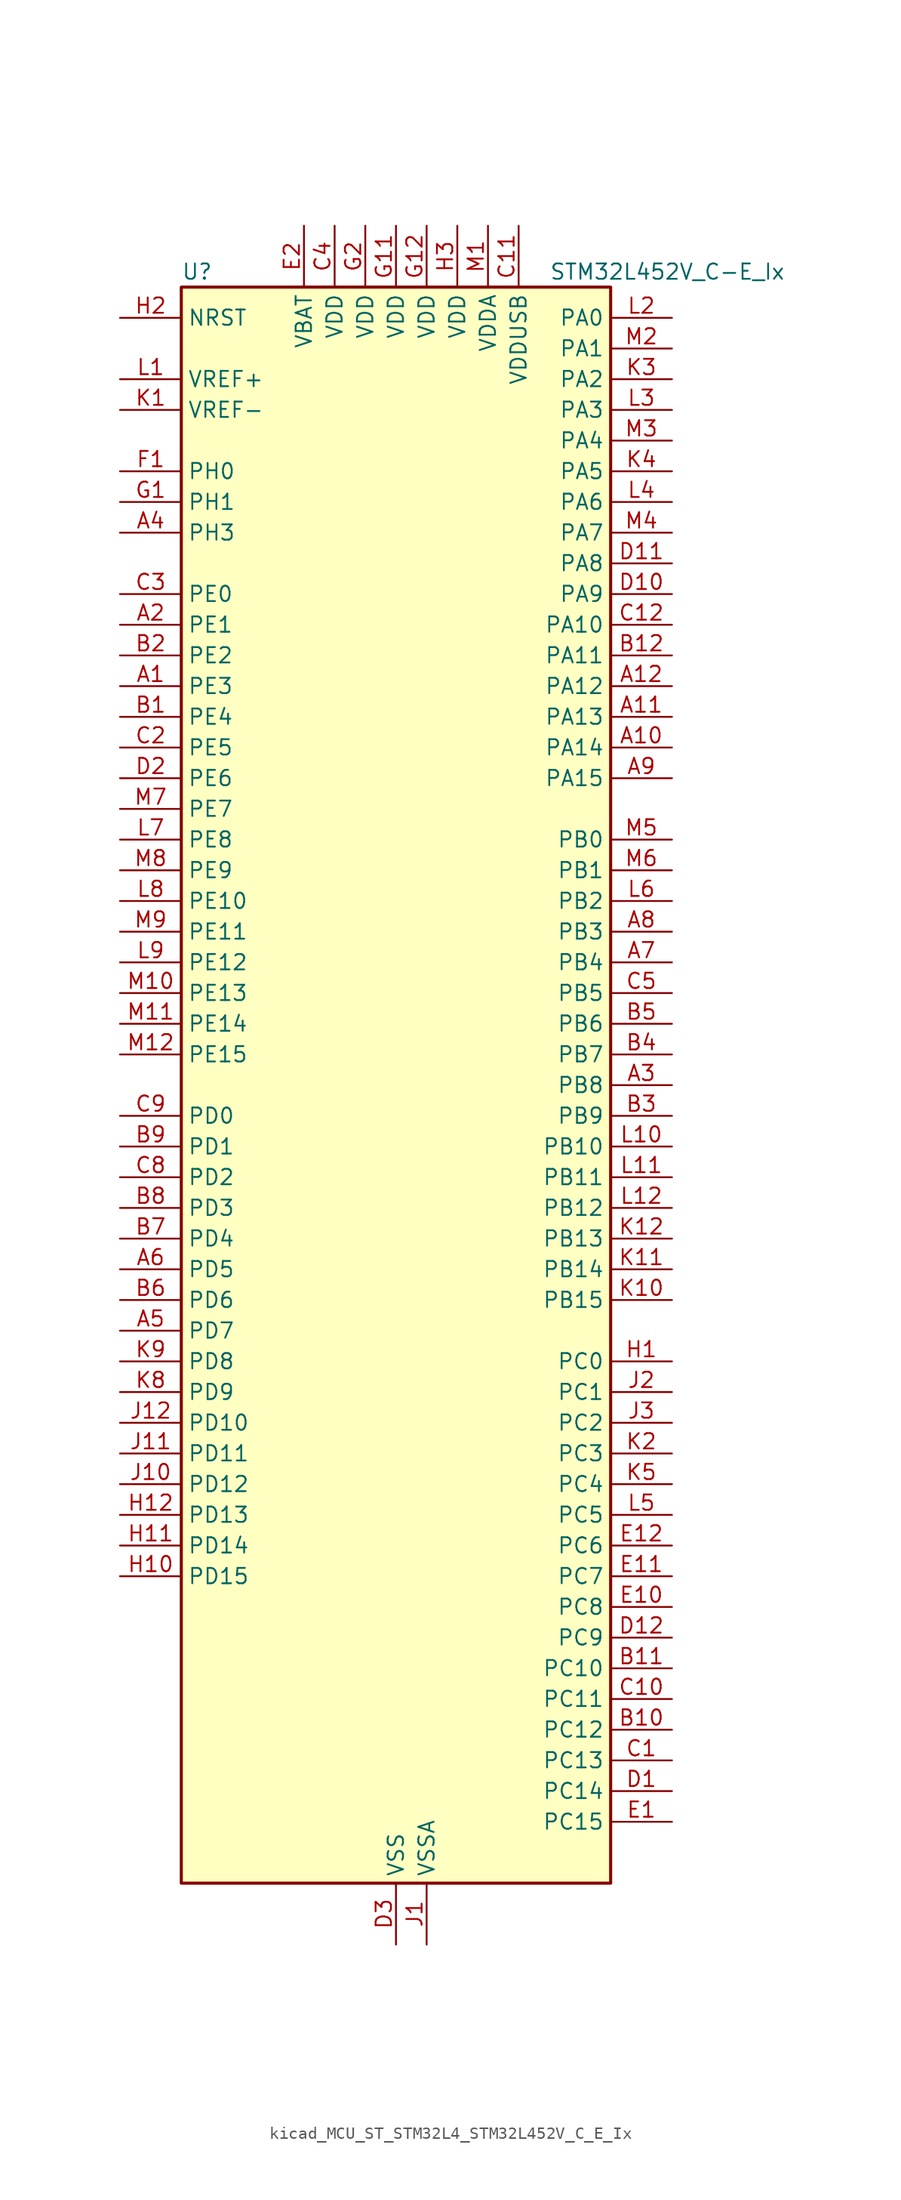
<source format=kicad_sym>
(kicad_symbol_lib
  (version 20220914)
  (generator kicad_symbol_editor)
  (symbol "kicad_MCU_ST_STM32L4_STM32L452V_C_E_Ix"
    (property "Reference" "U"
      (at -17.78 67.31 0)
      (effects (font (size 1.27 1.27)) (justify left)))
    (property "Value" "STM32L452V_C-E_Ix"
      (at 12.7 67.31 0)
      (effects (font (size 1.27 1.27)) (justify left)))
    (property "ki_locked" ""
      (at 0 0 0)
      (effects (font (size 1.27 1.27))))
    (symbol "kicad_MCU_ST_STM32L4_STM32L452V_C_E_Ix_0_1"
      (rectangle (start -17.78 -66.04) (end 17.78 66.04) (stroke (width 0.254) (type default)) (fill (type background))))
    (symbol "kicad_MCU_ST_STM32L4_STM32L452V_C_E_Ix_1_1"
      (pin bidirectional line (at -22.86 33.02 0) (length 5.08) (name "PE3" (effects (font (size 1.27 1.27)))) (number "A1" (effects (font (size 1.27 1.27)))) (alternate "SAI1_SD_B" bidirectional line) (alternate "SYS_TRACED0" bidirectional line) (alternate "TIM3_CH1" bidirectional line) (alternate "TSC_G7_IO2" bidirectional line))
      (pin bidirectional line (at 22.86 27.94 180) (length 5.08) (name "PA14" (effects (font (size 1.27 1.27)))) (number "A10" (effects (font (size 1.27 1.27)))) (alternate "I2C1_SMBA" bidirectional line) (alternate "I2C4_SMBA" bidirectional line) (alternate "LPTIM1_OUT" bidirectional line) (alternate "SAI1_FS_B" bidirectional line) (alternate "SYS_JTCK-SWCLK" bidirectional line))
      (pin bidirectional line (at 22.86 30.48 180) (length 5.08) (name "PA13" (effects (font (size 1.27 1.27)))) (number "A11" (effects (font (size 1.27 1.27)))) (alternate "IR_OUT" bidirectional line) (alternate "SAI1_SD_B" bidirectional line) (alternate "SYS_JTMS-SWDIO" bidirectional line) (alternate "USB_NOE" bidirectional line))
      (pin bidirectional line (at 22.86 33.02 180) (length 5.08) (name "PA12" (effects (font (size 1.27 1.27)))) (number "A12" (effects (font (size 1.27 1.27)))) (alternate "CAN1_TX" bidirectional line) (alternate "SPI1_MOSI" bidirectional line) (alternate "TIM1_ETR" bidirectional line) (alternate "USART1_DE" bidirectional line) (alternate "USART1_RTS" bidirectional line) (alternate "USB_DP" bidirectional line))
      (pin bidirectional line (at -22.86 38.1 0) (length 5.08) (name "PE1" (effects (font (size 1.27 1.27)))) (number "A2" (effects (font (size 1.27 1.27)))))
      (pin bidirectional line (at 22.86 0 180) (length 5.08) (name "PB8" (effects (font (size 1.27 1.27)))) (number "A3" (effects (font (size 1.27 1.27)))) (alternate "CAN1_RX" bidirectional line) (alternate "I2C1_SCL" bidirectional line) (alternate "SAI1_MCLK_A" bidirectional line) (alternate "SDMMC1_D4" bidirectional line) (alternate "TIM16_CH1" bidirectional line))
      (pin bidirectional line (at -22.86 45.72 0) (length 5.08) (name "PH3" (effects (font (size 1.27 1.27)))) (number "A4" (effects (font (size 1.27 1.27)))))
      (pin bidirectional line (at -22.86 -20.32 0) (length 5.08) (name "PD7" (effects (font (size 1.27 1.27)))) (number "A5" (effects (font (size 1.27 1.27)))) (alternate "DFSDM1_CKIN1" bidirectional line) (alternate "QUADSPI_BK2_IO3" bidirectional line) (alternate "USART2_CK" bidirectional line))
      (pin bidirectional line (at -22.86 -15.24 0) (length 5.08) (name "PD5" (effects (font (size 1.27 1.27)))) (number "A6" (effects (font (size 1.27 1.27)))) (alternate "QUADSPI_BK2_IO1" bidirectional line) (alternate "USART2_TX" bidirectional line))
      (pin bidirectional line (at 22.86 10.16 180) (length 5.08) (name "PB4" (effects (font (size 1.27 1.27)))) (number "A7" (effects (font (size 1.27 1.27)))) (alternate "COMP2_INP" bidirectional line) (alternate "I2C3_SDA" bidirectional line) (alternate "SAI1_MCLK_B" bidirectional line) (alternate "SPI1_MISO" bidirectional line) (alternate "SPI3_MISO" bidirectional line) (alternate "SYS_JTRST" bidirectional line) (alternate "TIM3_CH1" bidirectional line) (alternate "TSC_G2_IO1" bidirectional line) (alternate "USART1_CTS" bidirectional line))
      (pin bidirectional line (at 22.86 12.7 180) (length 5.08) (name "PB3" (effects (font (size 1.27 1.27)))) (number "A8" (effects (font (size 1.27 1.27)))) (alternate "COMP2_INM" bidirectional line) (alternate "SAI1_SCK_B" bidirectional line) (alternate "SPI1_SCK" bidirectional line) (alternate "SPI3_SCK" bidirectional line) (alternate "SYS_JTDO-SWO" bidirectional line) (alternate "TIM2_CH2" bidirectional line) (alternate "USART1_DE" bidirectional line) (alternate "USART1_RTS" bidirectional line))
      (pin bidirectional line (at 22.86 25.4 180) (length 5.08) (name "PA15" (effects (font (size 1.27 1.27)))) (number "A9" (effects (font (size 1.27 1.27)))) (alternate "ADC1_EXTI15" bidirectional line) (alternate "SPI1_NSS" bidirectional line) (alternate "SPI3_NSS" bidirectional line) (alternate "SYS_JTDI" bidirectional line) (alternate "TIM2_CH1" bidirectional line) (alternate "TIM2_ETR" bidirectional line) (alternate "TSC_G3_IO1" bidirectional line) (alternate "UART4_DE" bidirectional line) (alternate "UART4_RTS" bidirectional line) (alternate "USART2_RX" bidirectional line) (alternate "USART3_DE" bidirectional line) (alternate "USART3_RTS" bidirectional line))
      (pin bidirectional line (at -22.86 30.48 0) (length 5.08) (name "PE4" (effects (font (size 1.27 1.27)))) (number "B1" (effects (font (size 1.27 1.27)))) (alternate "DFSDM1_DATIN3" bidirectional line) (alternate "SAI1_FS_A" bidirectional line) (alternate "SYS_TRACED1" bidirectional line) (alternate "TIM3_CH2" bidirectional line) (alternate "TSC_G7_IO3" bidirectional line))
      (pin bidirectional line (at 22.86 -53.34 180) (length 5.08) (name "PC12" (effects (font (size 1.27 1.27)))) (number "B10" (effects (font (size 1.27 1.27)))) (alternate "SDMMC1_CK" bidirectional line) (alternate "SPI3_MOSI" bidirectional line) (alternate "SYS_TRACED3" bidirectional line) (alternate "TSC_G3_IO4" bidirectional line) (alternate "USART3_CK" bidirectional line))
      (pin bidirectional line (at 22.86 -48.26 180) (length 5.08) (name "PC10" (effects (font (size 1.27 1.27)))) (number "B11" (effects (font (size 1.27 1.27)))) (alternate "SDMMC1_D2" bidirectional line) (alternate "SPI3_SCK" bidirectional line) (alternate "SYS_TRACED1" bidirectional line) (alternate "TSC_G3_IO2" bidirectional line) (alternate "UART4_TX" bidirectional line) (alternate "USART3_TX" bidirectional line))
      (pin bidirectional line (at 22.86 35.56 180) (length 5.08) (name "PA11" (effects (font (size 1.27 1.27)))) (number "B12" (effects (font (size 1.27 1.27)))) (alternate "ADC1_EXTI11" bidirectional line) (alternate "CAN1_RX" bidirectional line) (alternate "COMP1_OUT" bidirectional line) (alternate "SPI1_MISO" bidirectional line) (alternate "TIM1_BKIN2" bidirectional line) (alternate "TIM1_BKIN2_COMP1" bidirectional line) (alternate "TIM1_CH4" bidirectional line) (alternate "USART1_CTS" bidirectional line) (alternate "USB_DM" bidirectional line))
      (pin bidirectional line (at -22.86 35.56 0) (length 5.08) (name "PE2" (effects (font (size 1.27 1.27)))) (number "B2" (effects (font (size 1.27 1.27)))) (alternate "SAI1_MCLK_A" bidirectional line) (alternate "SYS_TRACECLK" bidirectional line) (alternate "TIM3_ETR" bidirectional line) (alternate "TSC_G7_IO1" bidirectional line))
      (pin bidirectional line (at 22.86 -2.54 180) (length 5.08) (name "PB9" (effects (font (size 1.27 1.27)))) (number "B3" (effects (font (size 1.27 1.27)))) (alternate "CAN1_TX" bidirectional line) (alternate "DAC1_EXTI9" bidirectional line) (alternate "I2C1_SDA" bidirectional line) (alternate "IR_OUT" bidirectional line) (alternate "SAI1_FS_A" bidirectional line) (alternate "SDMMC1_D5" bidirectional line) (alternate "SPI2_NSS" bidirectional line))
      (pin bidirectional line (at 22.86 2.54 180) (length 5.08) (name "PB7" (effects (font (size 1.27 1.27)))) (number "B4" (effects (font (size 1.27 1.27)))) (alternate "COMP2_INM" bidirectional line) (alternate "I2C1_SDA" bidirectional line) (alternate "I2C4_SDA" bidirectional line) (alternate "LPTIM1_IN2" bidirectional line) (alternate "SYS_PVD_IN" bidirectional line) (alternate "TSC_G2_IO4" bidirectional line) (alternate "UART4_CTS" bidirectional line) (alternate "USART1_RX" bidirectional line))
      (pin bidirectional line (at 22.86 5.08 180) (length 5.08) (name "PB6" (effects (font (size 1.27 1.27)))) (number "B5" (effects (font (size 1.27 1.27)))) (alternate "CAN1_TX" bidirectional line) (alternate "COMP2_INP" bidirectional line) (alternate "I2C1_SCL" bidirectional line) (alternate "I2C4_SCL" bidirectional line) (alternate "LPTIM1_ETR" bidirectional line) (alternate "SAI1_FS_B" bidirectional line) (alternate "TIM16_CH1N" bidirectional line) (alternate "TSC_G2_IO3" bidirectional line) (alternate "USART1_TX" bidirectional line))
      (pin bidirectional line (at -22.86 -17.78 0) (length 5.08) (name "PD6" (effects (font (size 1.27 1.27)))) (number "B6" (effects (font (size 1.27 1.27)))) (alternate "DFSDM1_DATIN1" bidirectional line) (alternate "QUADSPI_BK2_IO2" bidirectional line) (alternate "SAI1_SD_A" bidirectional line) (alternate "USART2_RX" bidirectional line))
      (pin bidirectional line (at -22.86 -12.7 0) (length 5.08) (name "PD4" (effects (font (size 1.27 1.27)))) (number "B7" (effects (font (size 1.27 1.27)))) (alternate "DFSDM1_CKIN0" bidirectional line) (alternate "QUADSPI_BK2_IO0" bidirectional line) (alternate "SPI2_MOSI" bidirectional line) (alternate "USART2_DE" bidirectional line) (alternate "USART2_RTS" bidirectional line))
      (pin bidirectional line (at -22.86 -10.16 0) (length 5.08) (name "PD3" (effects (font (size 1.27 1.27)))) (number "B8" (effects (font (size 1.27 1.27)))) (alternate "DFSDM1_DATIN0" bidirectional line) (alternate "QUADSPI_BK2_NCS" bidirectional line) (alternate "SPI2_MISO" bidirectional line) (alternate "USART2_CTS" bidirectional line))
      (pin bidirectional line (at -22.86 -5.08 0) (length 5.08) (name "PD1" (effects (font (size 1.27 1.27)))) (number "B9" (effects (font (size 1.27 1.27)))) (alternate "CAN1_TX" bidirectional line) (alternate "SPI2_SCK" bidirectional line))
      (pin bidirectional line (at 22.86 -55.88 180) (length 5.08) (name "PC13" (effects (font (size 1.27 1.27)))) (number "C1" (effects (font (size 1.27 1.27)))) (alternate "RTC_OUT_ALARM" bidirectional line) (alternate "RTC_OUT_CALIB" bidirectional line) (alternate "RTC_TAMP1" bidirectional line) (alternate "RTC_TS" bidirectional line) (alternate "SYS_WKUP2" bidirectional line))
      (pin bidirectional line (at 22.86 -50.8 180) (length 5.08) (name "PC11" (effects (font (size 1.27 1.27)))) (number "C10" (effects (font (size 1.27 1.27)))) (alternate "ADC1_EXTI11" bidirectional line) (alternate "SDMMC1_D3" bidirectional line) (alternate "SPI3_MISO" bidirectional line) (alternate "TSC_G3_IO3" bidirectional line) (alternate "UART4_RX" bidirectional line) (alternate "USART3_RX" bidirectional line))
      (pin power_in line (at 10.16 71.12 270) (length 5.08) (name "VDDUSB" (effects (font (size 1.27 1.27)))) (number "C11" (effects (font (size 1.27 1.27)))))
      (pin bidirectional line (at 22.86 38.1 180) (length 5.08) (name "PA10" (effects (font (size 1.27 1.27)))) (number "C12" (effects (font (size 1.27 1.27)))) (alternate "CRS_SYNC" bidirectional line) (alternate "I2C1_SDA" bidirectional line) (alternate "SAI1_SD_A" bidirectional line) (alternate "TIM1_CH3" bidirectional line) (alternate "USART1_RX" bidirectional line))
      (pin bidirectional line (at -22.86 27.94 0) (length 5.08) (name "PE5" (effects (font (size 1.27 1.27)))) (number "C2" (effects (font (size 1.27 1.27)))) (alternate "DFSDM1_CKIN3" bidirectional line) (alternate "SAI1_SCK_A" bidirectional line) (alternate "SYS_TRACED2" bidirectional line) (alternate "TIM3_CH3" bidirectional line) (alternate "TSC_G7_IO4" bidirectional line))
      (pin bidirectional line (at -22.86 40.64 0) (length 5.08) (name "PE0" (effects (font (size 1.27 1.27)))) (number "C3" (effects (font (size 1.27 1.27)))) (alternate "TIM16_CH1" bidirectional line))
      (pin power_in line (at -5.08 71.12 270) (length 5.08) (name "VDD" (effects (font (size 1.27 1.27)))) (number "C4" (effects (font (size 1.27 1.27)))))
      (pin bidirectional line (at 22.86 7.62 180) (length 5.08) (name "PB5" (effects (font (size 1.27 1.27)))) (number "C5" (effects (font (size 1.27 1.27)))) (alternate "CAN1_RX" bidirectional line) (alternate "COMP2_OUT" bidirectional line) (alternate "I2C1_SMBA" bidirectional line) (alternate "LPTIM1_IN1" bidirectional line) (alternate "SAI1_SD_B" bidirectional line) (alternate "SPI1_MOSI" bidirectional line) (alternate "SPI3_MOSI" bidirectional line) (alternate "TIM16_BKIN" bidirectional line) (alternate "TIM3_CH2" bidirectional line) (alternate "TSC_G2_IO2" bidirectional line) (alternate "USART1_CK" bidirectional line))
      (pin bidirectional line (at -22.86 -7.62 0) (length 5.08) (name "PD2" (effects (font (size 1.27 1.27)))) (number "C8" (effects (font (size 1.27 1.27)))) (alternate "SDMMC1_CMD" bidirectional line) (alternate "SYS_TRACED2" bidirectional line) (alternate "TIM3_ETR" bidirectional line) (alternate "TSC_SYNC" bidirectional line) (alternate "USART3_DE" bidirectional line) (alternate "USART3_RTS" bidirectional line))
      (pin bidirectional line (at -22.86 -2.54 0) (length 5.08) (name "PD0" (effects (font (size 1.27 1.27)))) (number "C9" (effects (font (size 1.27 1.27)))) (alternate "CAN1_RX" bidirectional line) (alternate "SPI2_NSS" bidirectional line))
      (pin bidirectional line (at 22.86 -58.42 180) (length 5.08) (name "PC14" (effects (font (size 1.27 1.27)))) (number "D1" (effects (font (size 1.27 1.27)))) (alternate "RCC_OSC32_IN" bidirectional line))
      (pin bidirectional line (at 22.86 40.64 180) (length 5.08) (name "PA9" (effects (font (size 1.27 1.27)))) (number "D10" (effects (font (size 1.27 1.27)))) (alternate "DAC1_EXTI9" bidirectional line) (alternate "DFSDM1_DATIN1" bidirectional line) (alternate "I2C1_SCL" bidirectional line) (alternate "SAI1_FS_A" bidirectional line) (alternate "TIM15_BKIN" bidirectional line) (alternate "TIM1_CH2" bidirectional line) (alternate "USART1_TX" bidirectional line))
      (pin bidirectional line (at 22.86 43.18 180) (length 5.08) (name "PA8" (effects (font (size 1.27 1.27)))) (number "D11" (effects (font (size 1.27 1.27)))) (alternate "DFSDM1_CKIN1" bidirectional line) (alternate "LPTIM2_OUT" bidirectional line) (alternate "RCC_MCO" bidirectional line) (alternate "SAI1_SCK_A" bidirectional line) (alternate "TIM1_CH1" bidirectional line) (alternate "USART1_CK" bidirectional line))
      (pin bidirectional line (at 22.86 -45.72 180) (length 5.08) (name "PC9" (effects (font (size 1.27 1.27)))) (number "D12" (effects (font (size 1.27 1.27)))) (alternate "DAC1_EXTI9" bidirectional line) (alternate "SDMMC1_D1" bidirectional line) (alternate "TIM3_CH4" bidirectional line) (alternate "TSC_G4_IO4" bidirectional line) (alternate "USB_NOE" bidirectional line))
      (pin bidirectional line (at -22.86 25.4 0) (length 5.08) (name "PE6" (effects (font (size 1.27 1.27)))) (number "D2" (effects (font (size 1.27 1.27)))) (alternate "RTC_TAMP3" bidirectional line) (alternate "SAI1_SD_A" bidirectional line) (alternate "SYS_TRACED3" bidirectional line) (alternate "SYS_WKUP3" bidirectional line) (alternate "TIM3_CH4" bidirectional line))
      (pin power_in line (at 0 -71.12 90) (length 5.08) (name "VSS" (effects (font (size 1.27 1.27)))) (number "D3" (effects (font (size 1.27 1.27)))))
      (pin bidirectional line (at 22.86 -60.96 180) (length 5.08) (name "PC15" (effects (font (size 1.27 1.27)))) (number "E1" (effects (font (size 1.27 1.27)))) (alternate "ADC1_EXTI15" bidirectional line) (alternate "RCC_OSC32_OUT" bidirectional line))
      (pin bidirectional line (at 22.86 -43.18 180) (length 5.08) (name "PC8" (effects (font (size 1.27 1.27)))) (number "E10" (effects (font (size 1.27 1.27)))) (alternate "SDMMC1_D0" bidirectional line) (alternate "TIM3_CH3" bidirectional line) (alternate "TSC_G4_IO3" bidirectional line))
      (pin bidirectional line (at 22.86 -40.64 180) (length 5.08) (name "PC7" (effects (font (size 1.27 1.27)))) (number "E11" (effects (font (size 1.27 1.27)))) (alternate "DFSDM1_DATIN3" bidirectional line) (alternate "SDMMC1_D7" bidirectional line) (alternate "TIM3_CH2" bidirectional line) (alternate "TSC_G4_IO2" bidirectional line))
      (pin bidirectional line (at 22.86 -38.1 180) (length 5.08) (name "PC6" (effects (font (size 1.27 1.27)))) (number "E12" (effects (font (size 1.27 1.27)))) (alternate "DFSDM1_CKIN3" bidirectional line) (alternate "SDMMC1_D6" bidirectional line) (alternate "TIM3_CH1" bidirectional line) (alternate "TSC_G4_IO1" bidirectional line))
      (pin power_in line (at -7.62 71.12 270) (length 5.08) (name "VBAT" (effects (font (size 1.27 1.27)))) (number "E2" (effects (font (size 1.27 1.27)))))
      (pin passive line (at 0 -71.12 90) (length 5.08) hide (name "VSS" (effects (font (size 1.27 1.27)))) (number "E3" (effects (font (size 1.27 1.27)))))
      (pin bidirectional line (at -22.86 50.8 0) (length 5.08) (name "PH0" (effects (font (size 1.27 1.27)))) (number "F1" (effects (font (size 1.27 1.27)))) (alternate "RCC_OSC_IN" bidirectional line))
      (pin passive line (at 0 -71.12 90) (length 5.08) hide (name "VSS" (effects (font (size 1.27 1.27)))) (number "F11" (effects (font (size 1.27 1.27)))))
      (pin passive line (at 0 -71.12 90) (length 5.08) hide (name "VSS" (effects (font (size 1.27 1.27)))) (number "F12" (effects (font (size 1.27 1.27)))))
      (pin passive line (at 0 -71.12 90) (length 5.08) hide (name "VSS" (effects (font (size 1.27 1.27)))) (number "F2" (effects (font (size 1.27 1.27)))))
      (pin bidirectional line (at -22.86 48.26 0) (length 5.08) (name "PH1" (effects (font (size 1.27 1.27)))) (number "G1" (effects (font (size 1.27 1.27)))) (alternate "RCC_OSC_OUT" bidirectional line))
      (pin power_in line (at 0 71.12 270) (length 5.08) (name "VDD" (effects (font (size 1.27 1.27)))) (number "G11" (effects (font (size 1.27 1.27)))))
      (pin power_in line (at 2.54 71.12 270) (length 5.08) (name "VDD" (effects (font (size 1.27 1.27)))) (number "G12" (effects (font (size 1.27 1.27)))))
      (pin power_in line (at -2.54 71.12 270) (length 5.08) (name "VDD" (effects (font (size 1.27 1.27)))) (number "G2" (effects (font (size 1.27 1.27)))))
      (pin bidirectional line (at 22.86 -22.86 180) (length 5.08) (name "PC0" (effects (font (size 1.27 1.27)))) (number "H1" (effects (font (size 1.27 1.27)))) (alternate "ADC1_IN1" bidirectional line) (alternate "I2C3_SCL" bidirectional line) (alternate "I2C4_SCL" bidirectional line) (alternate "LPTIM1_IN1" bidirectional line) (alternate "LPTIM2_IN1" bidirectional line) (alternate "LPUART1_RX" bidirectional line))
      (pin bidirectional line (at -22.86 -40.64 0) (length 5.08) (name "PD15" (effects (font (size 1.27 1.27)))) (number "H10" (effects (font (size 1.27 1.27)))) (alternate "ADC1_EXTI15" bidirectional line))
      (pin bidirectional line (at -22.86 -38.1 0) (length 5.08) (name "PD14" (effects (font (size 1.27 1.27)))) (number "H11" (effects (font (size 1.27 1.27)))))
      (pin bidirectional line (at -22.86 -35.56 0) (length 5.08) (name "PD13" (effects (font (size 1.27 1.27)))) (number "H12" (effects (font (size 1.27 1.27)))) (alternate "I2C4_SDA" bidirectional line) (alternate "LPTIM2_OUT" bidirectional line) (alternate "TSC_G6_IO4" bidirectional line))
      (pin input line (at -22.86 63.5 0) (length 5.08) (name "NRST" (effects (font (size 1.27 1.27)))) (number "H2" (effects (font (size 1.27 1.27)))))
      (pin power_in line (at 5.08 71.12 270) (length 5.08) (name "VDD" (effects (font (size 1.27 1.27)))) (number "H3" (effects (font (size 1.27 1.27)))))
      (pin power_in line (at 2.54 -71.12 90) (length 5.08) (name "VSSA" (effects (font (size 1.27 1.27)))) (number "J1" (effects (font (size 1.27 1.27)))))
      (pin bidirectional line (at -22.86 -33.02 0) (length 5.08) (name "PD12" (effects (font (size 1.27 1.27)))) (number "J10" (effects (font (size 1.27 1.27)))) (alternate "I2C4_SCL" bidirectional line) (alternate "LPTIM2_IN1" bidirectional line) (alternate "TSC_G6_IO3" bidirectional line) (alternate "USART3_DE" bidirectional line) (alternate "USART3_RTS" bidirectional line))
      (pin bidirectional line (at -22.86 -30.48 0) (length 5.08) (name "PD11" (effects (font (size 1.27 1.27)))) (number "J11" (effects (font (size 1.27 1.27)))) (alternate "ADC1_EXTI11" bidirectional line) (alternate "I2C4_SMBA" bidirectional line) (alternate "LPTIM2_ETR" bidirectional line) (alternate "TSC_G6_IO2" bidirectional line) (alternate "USART3_CTS" bidirectional line))
      (pin bidirectional line (at -22.86 -27.94 0) (length 5.08) (name "PD10" (effects (font (size 1.27 1.27)))) (number "J12" (effects (font (size 1.27 1.27)))) (alternate "TSC_G6_IO1" bidirectional line) (alternate "USART3_CK" bidirectional line))
      (pin bidirectional line (at 22.86 -25.4 180) (length 5.08) (name "PC1" (effects (font (size 1.27 1.27)))) (number "J2" (effects (font (size 1.27 1.27)))) (alternate "ADC1_IN2" bidirectional line) (alternate "I2C3_SDA" bidirectional line) (alternate "I2C4_SDA" bidirectional line) (alternate "LPTIM1_OUT" bidirectional line) (alternate "LPUART1_TX" bidirectional line) (alternate "SYS_TRACED0" bidirectional line))
      (pin bidirectional line (at 22.86 -27.94 180) (length 5.08) (name "PC2" (effects (font (size 1.27 1.27)))) (number "J3" (effects (font (size 1.27 1.27)))) (alternate "ADC1_IN3" bidirectional line) (alternate "DFSDM1_CKOUT" bidirectional line) (alternate "LPTIM1_IN2" bidirectional line) (alternate "SPI2_MISO" bidirectional line))
      (pin input line (at -22.86 55.88 0) (length 5.08) (name "VREF-" (effects (font (size 1.27 1.27)))) (number "K1" (effects (font (size 1.27 1.27)))))
      (pin bidirectional line (at 22.86 -17.78 180) (length 5.08) (name "PB15" (effects (font (size 1.27 1.27)))) (number "K10" (effects (font (size 1.27 1.27)))) (alternate "ADC1_EXTI15" bidirectional line) (alternate "DFSDM1_CKIN2" bidirectional line) (alternate "RTC_REFIN" bidirectional line) (alternate "SAI1_SD_A" bidirectional line) (alternate "SPI2_MOSI" bidirectional line) (alternate "TIM15_CH2" bidirectional line) (alternate "TIM1_CH3N" bidirectional line) (alternate "TSC_G1_IO4" bidirectional line))
      (pin bidirectional line (at 22.86 -15.24 180) (length 5.08) (name "PB14" (effects (font (size 1.27 1.27)))) (number "K11" (effects (font (size 1.27 1.27)))) (alternate "DFSDM1_DATIN2" bidirectional line) (alternate "I2C2_SDA" bidirectional line) (alternate "SAI1_MCLK_A" bidirectional line) (alternate "SPI2_MISO" bidirectional line) (alternate "TIM15_CH1" bidirectional line) (alternate "TIM1_CH2N" bidirectional line) (alternate "TSC_G1_IO3" bidirectional line) (alternate "USART3_DE" bidirectional line) (alternate "USART3_RTS" bidirectional line))
      (pin bidirectional line (at 22.86 -12.7 180) (length 5.08) (name "PB13" (effects (font (size 1.27 1.27)))) (number "K12" (effects (font (size 1.27 1.27)))) (alternate "CAN1_TX" bidirectional line) (alternate "DFSDM1_CKIN1" bidirectional line) (alternate "I2C2_SCL" bidirectional line) (alternate "LPUART1_CTS" bidirectional line) (alternate "SAI1_SCK_A" bidirectional line) (alternate "SPI2_SCK" bidirectional line) (alternate "TIM15_CH1N" bidirectional line) (alternate "TIM1_CH1N" bidirectional line) (alternate "TSC_G1_IO2" bidirectional line) (alternate "USART3_CTS" bidirectional line))
      (pin bidirectional line (at 22.86 -30.48 180) (length 5.08) (name "PC3" (effects (font (size 1.27 1.27)))) (number "K2" (effects (font (size 1.27 1.27)))) (alternate "ADC1_IN4" bidirectional line) (alternate "LPTIM1_ETR" bidirectional line) (alternate "LPTIM2_ETR" bidirectional line) (alternate "SAI1_SD_A" bidirectional line) (alternate "SPI2_MOSI" bidirectional line))
      (pin bidirectional line (at 22.86 58.42 180) (length 5.08) (name "PA2" (effects (font (size 1.27 1.27)))) (number "K3" (effects (font (size 1.27 1.27)))) (alternate "ADC1_IN7" bidirectional line) (alternate "COMP2_INM" bidirectional line) (alternate "COMP2_OUT" bidirectional line) (alternate "LPUART1_TX" bidirectional line) (alternate "QUADSPI_BK1_NCS" bidirectional line) (alternate "RCC_LSCO" bidirectional line) (alternate "SYS_WKUP4" bidirectional line) (alternate "TIM15_CH1" bidirectional line) (alternate "TIM2_CH3" bidirectional line) (alternate "USART2_TX" bidirectional line))
      (pin bidirectional line (at 22.86 50.8 180) (length 5.08) (name "PA5" (effects (font (size 1.27 1.27)))) (number "K4" (effects (font (size 1.27 1.27)))) (alternate "ADC1_IN10" bidirectional line) (alternate "COMP1_INM" bidirectional line) (alternate "COMP2_INM" bidirectional line) (alternate "DFSDM1_CKOUT" bidirectional line) (alternate "LPTIM2_ETR" bidirectional line) (alternate "SPI1_SCK" bidirectional line) (alternate "TIM2_CH1" bidirectional line) (alternate "TIM2_ETR" bidirectional line))
      (pin bidirectional line (at 22.86 -33.02 180) (length 5.08) (name "PC4" (effects (font (size 1.27 1.27)))) (number "K5" (effects (font (size 1.27 1.27)))) (alternate "ADC1_IN13" bidirectional line) (alternate "COMP1_INM" bidirectional line) (alternate "USART3_TX" bidirectional line))
      (pin bidirectional line (at -22.86 -25.4 0) (length 5.08) (name "PD9" (effects (font (size 1.27 1.27)))) (number "K8" (effects (font (size 1.27 1.27)))) (alternate "DAC1_EXTI9" bidirectional line) (alternate "USART3_RX" bidirectional line))
      (pin bidirectional line (at -22.86 -22.86 0) (length 5.08) (name "PD8" (effects (font (size 1.27 1.27)))) (number "K9" (effects (font (size 1.27 1.27)))) (alternate "USART3_TX" bidirectional line))
      (pin input line (at -22.86 58.42 0) (length 5.08) (name "VREF+" (effects (font (size 1.27 1.27)))) (number "L1" (effects (font (size 1.27 1.27)))) (alternate "VREFBUF_OUT" bidirectional line))
      (pin bidirectional line (at 22.86 -5.08 180) (length 5.08) (name "PB10" (effects (font (size 1.27 1.27)))) (number "L10" (effects (font (size 1.27 1.27)))) (alternate "COMP1_OUT" bidirectional line) (alternate "I2C2_SCL" bidirectional line) (alternate "I2C4_SCL" bidirectional line) (alternate "LPUART1_RX" bidirectional line) (alternate "QUADSPI_CLK" bidirectional line) (alternate "SAI1_SCK_A" bidirectional line) (alternate "SPI2_SCK" bidirectional line) (alternate "TIM2_CH3" bidirectional line) (alternate "TSC_SYNC" bidirectional line) (alternate "USART3_TX" bidirectional line))
      (pin bidirectional line (at 22.86 -7.62 180) (length 5.08) (name "PB11" (effects (font (size 1.27 1.27)))) (number "L11" (effects (font (size 1.27 1.27)))) (alternate "ADC1_EXTI11" bidirectional line) (alternate "COMP2_OUT" bidirectional line) (alternate "I2C2_SDA" bidirectional line) (alternate "I2C4_SDA" bidirectional line) (alternate "LPUART1_TX" bidirectional line) (alternate "QUADSPI_BK1_NCS" bidirectional line) (alternate "TIM2_CH4" bidirectional line) (alternate "USART3_RX" bidirectional line))
      (pin bidirectional line (at 22.86 -10.16 180) (length 5.08) (name "PB12" (effects (font (size 1.27 1.27)))) (number "L12" (effects (font (size 1.27 1.27)))) (alternate "CAN1_RX" bidirectional line) (alternate "DFSDM1_DATIN1" bidirectional line) (alternate "I2C2_SMBA" bidirectional line) (alternate "LPUART1_DE" bidirectional line) (alternate "LPUART1_RTS" bidirectional line) (alternate "SAI1_FS_A" bidirectional line) (alternate "SPI2_NSS" bidirectional line) (alternate "TIM15_BKIN" bidirectional line) (alternate "TIM1_BKIN" bidirectional line) (alternate "TIM1_BKIN_COMP2" bidirectional line) (alternate "TSC_G1_IO1" bidirectional line) (alternate "USART3_CK" bidirectional line))
      (pin bidirectional line (at 22.86 63.5 180) (length 5.08) (name "PA0" (effects (font (size 1.27 1.27)))) (number "L2" (effects (font (size 1.27 1.27)))) (alternate "ADC1_IN5" bidirectional line) (alternate "COMP1_INM" bidirectional line) (alternate "COMP1_OUT" bidirectional line) (alternate "OPAMP1_VINP" bidirectional line) (alternate "RTC_TAMP2" bidirectional line) (alternate "SAI1_EXTCLK" bidirectional line) (alternate "SYS_WKUP1" bidirectional line) (alternate "TIM2_CH1" bidirectional line) (alternate "TIM2_ETR" bidirectional line) (alternate "UART4_TX" bidirectional line) (alternate "USART2_CTS" bidirectional line))
      (pin bidirectional line (at 22.86 55.88 180) (length 5.08) (name "PA3" (effects (font (size 1.27 1.27)))) (number "L3" (effects (font (size 1.27 1.27)))) (alternate "ADC1_IN8" bidirectional line) (alternate "COMP2_INP" bidirectional line) (alternate "LPUART1_RX" bidirectional line) (alternate "OPAMP1_VOUT" bidirectional line) (alternate "QUADSPI_CLK" bidirectional line) (alternate "SAI1_MCLK_A" bidirectional line) (alternate "TIM15_CH2" bidirectional line) (alternate "TIM2_CH4" bidirectional line) (alternate "USART2_RX" bidirectional line))
      (pin bidirectional line (at 22.86 48.26 180) (length 5.08) (name "PA6" (effects (font (size 1.27 1.27)))) (number "L4" (effects (font (size 1.27 1.27)))) (alternate "ADC1_IN11" bidirectional line) (alternate "COMP1_OUT" bidirectional line) (alternate "LPUART1_CTS" bidirectional line) (alternate "QUADSPI_BK1_IO3" bidirectional line) (alternate "SPI1_MISO" bidirectional line) (alternate "TIM16_CH1" bidirectional line) (alternate "TIM1_BKIN" bidirectional line) (alternate "TIM1_BKIN_COMP2" bidirectional line) (alternate "TIM3_CH1" bidirectional line) (alternate "USART3_CTS" bidirectional line))
      (pin bidirectional line (at 22.86 -35.56 180) (length 5.08) (name "PC5" (effects (font (size 1.27 1.27)))) (number "L5" (effects (font (size 1.27 1.27)))) (alternate "ADC1_IN14" bidirectional line) (alternate "COMP1_INP" bidirectional line) (alternate "SYS_WKUP5" bidirectional line) (alternate "USART3_RX" bidirectional line))
      (pin bidirectional line (at 22.86 15.24 180) (length 5.08) (name "PB2" (effects (font (size 1.27 1.27)))) (number "L6" (effects (font (size 1.27 1.27)))) (alternate "COMP1_INP" bidirectional line) (alternate "DFSDM1_CKIN0" bidirectional line) (alternate "I2C3_SMBA" bidirectional line) (alternate "LPTIM1_OUT" bidirectional line) (alternate "RTC_OUT_ALARM" bidirectional line) (alternate "RTC_OUT_CALIB" bidirectional line))
      (pin bidirectional line (at -22.86 20.32 0) (length 5.08) (name "PE8" (effects (font (size 1.27 1.27)))) (number "L7" (effects (font (size 1.27 1.27)))) (alternate "DFSDM1_CKIN2" bidirectional line) (alternate "SAI1_SCK_B" bidirectional line) (alternate "TIM1_CH1N" bidirectional line))
      (pin bidirectional line (at -22.86 15.24 0) (length 5.08) (name "PE10" (effects (font (size 1.27 1.27)))) (number "L8" (effects (font (size 1.27 1.27)))) (alternate "QUADSPI_CLK" bidirectional line) (alternate "SAI1_MCLK_B" bidirectional line) (alternate "TIM1_CH2N" bidirectional line) (alternate "TSC_G5_IO1" bidirectional line))
      (pin bidirectional line (at -22.86 10.16 0) (length 5.08) (name "PE12" (effects (font (size 1.27 1.27)))) (number "L9" (effects (font (size 1.27 1.27)))) (alternate "QUADSPI_BK1_IO0" bidirectional line) (alternate "SPI1_NSS" bidirectional line) (alternate "TIM1_CH3N" bidirectional line) (alternate "TSC_G5_IO3" bidirectional line))
      (pin power_in line (at 7.62 71.12 270) (length 5.08) (name "VDDA" (effects (font (size 1.27 1.27)))) (number "M1" (effects (font (size 1.27 1.27)))))
      (pin bidirectional line (at -22.86 7.62 0) (length 5.08) (name "PE13" (effects (font (size 1.27 1.27)))) (number "M10" (effects (font (size 1.27 1.27)))) (alternate "QUADSPI_BK1_IO1" bidirectional line) (alternate "SPI1_SCK" bidirectional line) (alternate "TIM1_CH3" bidirectional line) (alternate "TSC_G5_IO4" bidirectional line))
      (pin bidirectional line (at -22.86 5.08 0) (length 5.08) (name "PE14" (effects (font (size 1.27 1.27)))) (number "M11" (effects (font (size 1.27 1.27)))) (alternate "QUADSPI_BK1_IO2" bidirectional line) (alternate "SPI1_MISO" bidirectional line) (alternate "TIM1_BKIN2" bidirectional line) (alternate "TIM1_BKIN2_COMP2" bidirectional line) (alternate "TIM1_CH4" bidirectional line))
      (pin bidirectional line (at -22.86 2.54 0) (length 5.08) (name "PE15" (effects (font (size 1.27 1.27)))) (number "M12" (effects (font (size 1.27 1.27)))) (alternate "ADC1_EXTI15" bidirectional line) (alternate "QUADSPI_BK1_IO3" bidirectional line) (alternate "SPI1_MOSI" bidirectional line) (alternate "TIM1_BKIN" bidirectional line) (alternate "TIM1_BKIN_COMP1" bidirectional line))
      (pin bidirectional line (at 22.86 60.96 180) (length 5.08) (name "PA1" (effects (font (size 1.27 1.27)))) (number "M2" (effects (font (size 1.27 1.27)))) (alternate "ADC1_IN6" bidirectional line) (alternate "COMP1_INP" bidirectional line) (alternate "I2C1_SMBA" bidirectional line) (alternate "OPAMP1_VINM" bidirectional line) (alternate "SPI1_SCK" bidirectional line) (alternate "TIM15_CH1N" bidirectional line) (alternate "TIM2_CH2" bidirectional line) (alternate "UART4_RX" bidirectional line) (alternate "USART2_DE" bidirectional line) (alternate "USART2_RTS" bidirectional line))
      (pin bidirectional line (at 22.86 53.34 180) (length 5.08) (name "PA4" (effects (font (size 1.27 1.27)))) (number "M3" (effects (font (size 1.27 1.27)))) (alternate "ADC1_IN9" bidirectional line) (alternate "COMP1_INM" bidirectional line) (alternate "COMP2_INM" bidirectional line) (alternate "DAC1_OUT1" bidirectional line) (alternate "LPTIM2_OUT" bidirectional line) (alternate "SAI1_FS_B" bidirectional line) (alternate "SPI1_NSS" bidirectional line) (alternate "SPI3_NSS" bidirectional line) (alternate "USART2_CK" bidirectional line))
      (pin bidirectional line (at 22.86 45.72 180) (length 5.08) (name "PA7" (effects (font (size 1.27 1.27)))) (number "M4" (effects (font (size 1.27 1.27)))) (alternate "ADC1_IN12" bidirectional line) (alternate "COMP2_OUT" bidirectional line) (alternate "DFSDM1_DATIN0" bidirectional line) (alternate "I2C3_SCL" bidirectional line) (alternate "QUADSPI_BK1_IO2" bidirectional line) (alternate "SPI1_MOSI" bidirectional line) (alternate "TIM1_CH1N" bidirectional line) (alternate "TIM3_CH2" bidirectional line))
      (pin bidirectional line (at 22.86 20.32 180) (length 5.08) (name "PB0" (effects (font (size 1.27 1.27)))) (number "M5" (effects (font (size 1.27 1.27)))) (alternate "ADC1_IN15" bidirectional line) (alternate "COMP1_OUT" bidirectional line) (alternate "DFSDM1_CKIN0" bidirectional line) (alternate "QUADSPI_BK1_IO1" bidirectional line) (alternate "SAI1_EXTCLK" bidirectional line) (alternate "SPI1_NSS" bidirectional line) (alternate "TIM1_CH2N" bidirectional line) (alternate "TIM3_CH3" bidirectional line) (alternate "USART3_CK" bidirectional line))
      (pin bidirectional line (at 22.86 17.78 180) (length 5.08) (name "PB1" (effects (font (size 1.27 1.27)))) (number "M6" (effects (font (size 1.27 1.27)))) (alternate "ADC1_IN16" bidirectional line) (alternate "COMP1_INM" bidirectional line) (alternate "DFSDM1_DATIN0" bidirectional line) (alternate "LPTIM2_IN1" bidirectional line) (alternate "LPUART1_DE" bidirectional line) (alternate "LPUART1_RTS" bidirectional line) (alternate "QUADSPI_BK1_IO0" bidirectional line) (alternate "TIM1_CH3N" bidirectional line) (alternate "TIM3_CH4" bidirectional line) (alternate "USART3_DE" bidirectional line) (alternate "USART3_RTS" bidirectional line))
      (pin bidirectional line (at -22.86 22.86 0) (length 5.08) (name "PE7" (effects (font (size 1.27 1.27)))) (number "M7" (effects (font (size 1.27 1.27)))) (alternate "DFSDM1_DATIN2" bidirectional line) (alternate "SAI1_SD_B" bidirectional line) (alternate "TIM1_ETR" bidirectional line))
      (pin bidirectional line (at -22.86 17.78 0) (length 5.08) (name "PE9" (effects (font (size 1.27 1.27)))) (number "M8" (effects (font (size 1.27 1.27)))) (alternate "DAC1_EXTI9" bidirectional line) (alternate "DFSDM1_CKOUT" bidirectional line) (alternate "SAI1_FS_B" bidirectional line) (alternate "TIM1_CH1" bidirectional line))
      (pin bidirectional line (at -22.86 12.7 0) (length 5.08) (name "PE11" (effects (font (size 1.27 1.27)))) (number "M9" (effects (font (size 1.27 1.27)))) (alternate "ADC1_EXTI11" bidirectional line) (alternate "QUADSPI_BK1_NCS" bidirectional line) (alternate "TIM1_CH2" bidirectional line) (alternate "TSC_G5_IO2" bidirectional line)))))
</source>
